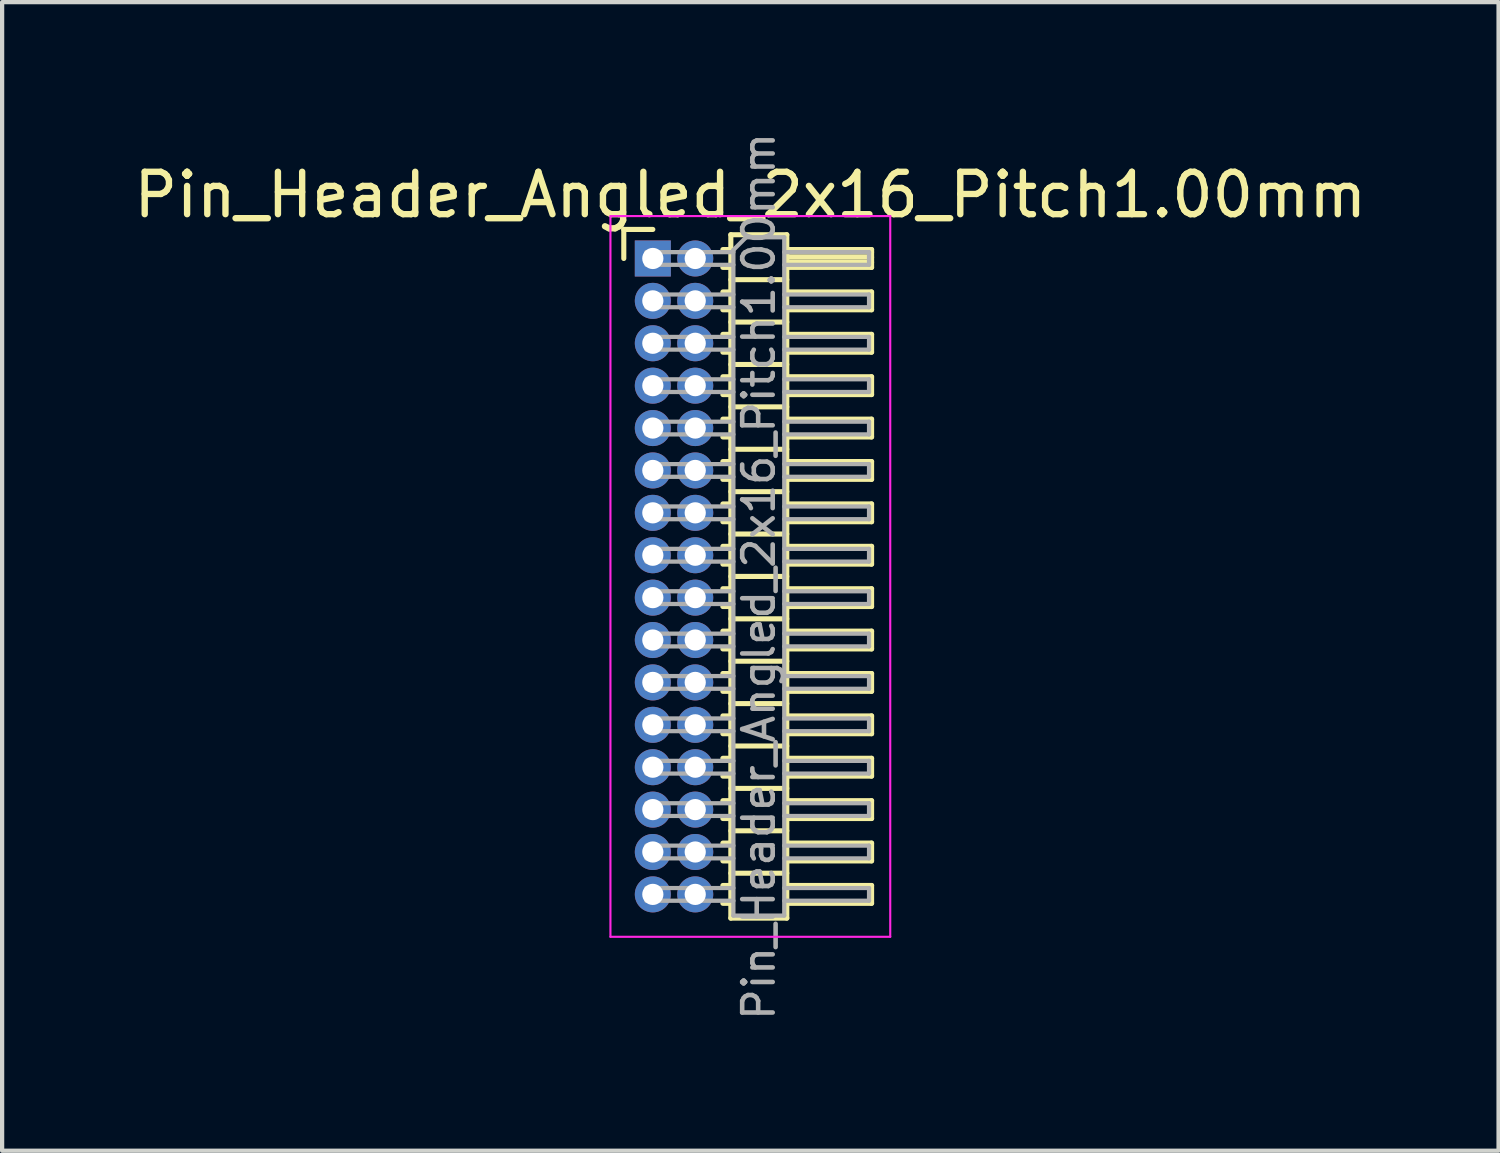
<source format=kicad_pcb>
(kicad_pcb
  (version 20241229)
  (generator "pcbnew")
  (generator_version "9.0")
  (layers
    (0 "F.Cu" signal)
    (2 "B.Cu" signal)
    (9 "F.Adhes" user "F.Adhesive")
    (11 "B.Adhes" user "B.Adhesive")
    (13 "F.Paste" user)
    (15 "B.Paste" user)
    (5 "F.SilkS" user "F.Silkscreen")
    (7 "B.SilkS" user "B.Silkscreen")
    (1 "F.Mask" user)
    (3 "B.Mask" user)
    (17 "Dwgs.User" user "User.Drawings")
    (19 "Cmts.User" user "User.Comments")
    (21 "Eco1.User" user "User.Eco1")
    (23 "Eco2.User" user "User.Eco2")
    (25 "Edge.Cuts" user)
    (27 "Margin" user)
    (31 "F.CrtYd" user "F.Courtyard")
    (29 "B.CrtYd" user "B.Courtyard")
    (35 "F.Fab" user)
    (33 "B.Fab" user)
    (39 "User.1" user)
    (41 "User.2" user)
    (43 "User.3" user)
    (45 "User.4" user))
  (footprint "Pin_Header_Angled_2x16_Pitch1.00mm"
    (layer "F.Cu")
    (at 12.349 3.047)
    (property "Reference" "Pin_Header_Angled_2x16_Pitch1.00mm" (at 2.3 -1.5 0) (layer "F.SilkS") (effects (font (size 1 1) (thickness 0.15))))
    (attr through_hole)
    (fp_line (start -0.685 -0.685) (end 0 -0.685) (stroke (width 0.12) (type solid)) (layer "F.SilkS"))
    (fp_line (start -0.685 0) (end -0.685 -0.685) (stroke (width 0.12) (type solid)) (layer "F.SilkS"))
    (fp_line (start 1.652 -0.21) (end 1.84 -0.21) (stroke (width 0.12) (type solid)) (layer "F.SilkS"))
    (fp_line (start 1.652 0.21) (end 1.84 0.21) (stroke (width 0.12) (type solid)) (layer "F.SilkS"))
    (fp_line (start 1.652 0.79) (end 1.84 0.79) (stroke (width 0.12) (type solid)) (layer "F.SilkS"))
    (fp_line (start 1.652 1.21) (end 1.84 1.21) (stroke (width 0.12) (type solid)) (layer "F.SilkS"))
    (fp_line (start 1.652 1.79) (end 1.84 1.79) (stroke (width 0.12) (type solid)) (layer "F.SilkS"))
    (fp_line (start 1.652 2.21) (end 1.84 2.21) (stroke (width 0.12) (type solid)) (layer "F.SilkS"))
    (fp_line (start 1.652 2.79) (end 1.84 2.79) (stroke (width 0.12) (type solid)) (layer "F.SilkS"))
    (fp_line (start 1.652 3.21) (end 1.84 3.21) (stroke (width 0.12) (type solid)) (layer "F.SilkS"))
    (fp_line (start 1.652 3.79) (end 1.84 3.79) (stroke (width 0.12) (type solid)) (layer "F.SilkS"))
    (fp_line (start 1.652 4.21) (end 1.84 4.21) (stroke (width 0.12) (type solid)) (layer "F.SilkS"))
    (fp_line (start 1.652 4.79) (end 1.84 4.79) (stroke (width 0.12) (type solid)) (layer "F.SilkS"))
    (fp_line (start 1.652 5.21) (end 1.84 5.21) (stroke (width 0.12) (type solid)) (layer "F.SilkS"))
    (fp_line (start 1.652 5.79) (end 1.84 5.79) (stroke (width 0.12) (type solid)) (layer "F.SilkS"))
    (fp_line (start 1.652 6.21) (end 1.84 6.21) (stroke (width 0.12) (type solid)) (layer "F.SilkS"))
    (fp_line (start 1.652 6.79) (end 1.84 6.79) (stroke (width 0.12) (type solid)) (layer "F.SilkS"))
    (fp_line (start 1.652 7.21) (end 1.84 7.21) (stroke (width 0.12) (type solid)) (layer "F.SilkS"))
    (fp_line (start 1.652 7.79) (end 1.84 7.79) (stroke (width 0.12) (type solid)) (layer "F.SilkS"))
    (fp_line (start 1.652 8.21) (end 1.84 8.21) (stroke (width 0.12) (type solid)) (layer "F.SilkS"))
    (fp_line (start 1.652 8.79) (end 1.84 8.79) (stroke (width 0.12) (type solid)) (layer "F.SilkS"))
    (fp_line (start 1.652 9.21) (end 1.84 9.21) (stroke (width 0.12) (type solid)) (layer "F.SilkS"))
    (fp_line (start 1.652 9.79) (end 1.84 9.79) (stroke (width 0.12) (type solid)) (layer "F.SilkS"))
    (fp_line (start 1.652 10.21) (end 1.84 10.21) (stroke (width 0.12) (type solid)) (layer "F.SilkS"))
    (fp_line (start 1.652 10.79) (end 1.84 10.79) (stroke (width 0.12) (type solid)) (layer "F.SilkS"))
    (fp_line (start 1.652 11.21) (end 1.84 11.21) (stroke (width 0.12) (type solid)) (layer "F.SilkS"))
    (fp_line (start 1.652 11.79) (end 1.84 11.79) (stroke (width 0.12) (type solid)) (layer "F.SilkS"))
    (fp_line (start 1.652 12.21) (end 1.84 12.21) (stroke (width 0.12) (type solid)) (layer "F.SilkS"))
    (fp_line (start 1.652 12.79) (end 1.84 12.79) (stroke (width 0.12) (type solid)) (layer "F.SilkS"))
    (fp_line (start 1.652 13.21) (end 1.84 13.21) (stroke (width 0.12) (type solid)) (layer "F.SilkS"))
    (fp_line (start 1.652 13.79) (end 1.84 13.79) (stroke (width 0.12) (type solid)) (layer "F.SilkS"))
    (fp_line (start 1.652 14.21) (end 1.84 14.21) (stroke (width 0.12) (type solid)) (layer "F.SilkS"))
    (fp_line (start 1.652 14.79) (end 1.84 14.79) (stroke (width 0.12) (type solid)) (layer "F.SilkS"))
    (fp_line (start 1.652 15.21) (end 1.84 15.21) (stroke (width 0.12) (type solid)) (layer "F.SilkS"))
    (fp_line (start 1.84 -0.56) (end 1.84 15.56) (stroke (width 0.12) (type solid)) (layer "F.SilkS"))
    (fp_line (start 1.84 0.5) (end 3.16 0.5) (stroke (width 0.12) (type solid)) (layer "F.SilkS"))
    (fp_line (start 1.84 1.5) (end 3.16 1.5) (stroke (width 0.12) (type solid)) (layer "F.SilkS"))
    (fp_line (start 1.84 2.5) (end 3.16 2.5) (stroke (width 0.12) (type solid)) (layer "F.SilkS"))
    (fp_line (start 1.84 3.5) (end 3.16 3.5) (stroke (width 0.12) (type solid)) (layer "F.SilkS"))
    (fp_line (start 1.84 4.5) (end 3.16 4.5) (stroke (width 0.12) (type solid)) (layer "F.SilkS"))
    (fp_line (start 1.84 5.5) (end 3.16 5.5) (stroke (width 0.12) (type solid)) (layer "F.SilkS"))
    (fp_line (start 1.84 6.5) (end 3.16 6.5) (stroke (width 0.12) (type solid)) (layer "F.SilkS"))
    (fp_line (start 1.84 7.5) (end 3.16 7.5) (stroke (width 0.12) (type solid)) (layer "F.SilkS"))
    (fp_line (start 1.84 8.5) (end 3.16 8.5) (stroke (width 0.12) (type solid)) (layer "F.SilkS"))
    (fp_line (start 1.84 9.5) (end 3.16 9.5) (stroke (width 0.12) (type solid)) (layer "F.SilkS"))
    (fp_line (start 1.84 10.5) (end 3.16 10.5) (stroke (width 0.12) (type solid)) (layer "F.SilkS"))
    (fp_line (start 1.84 11.5) (end 3.16 11.5) (stroke (width 0.12) (type solid)) (layer "F.SilkS"))
    (fp_line (start 1.84 12.5) (end 3.16 12.5) (stroke (width 0.12) (type solid)) (layer "F.SilkS"))
    (fp_line (start 1.84 13.5) (end 3.16 13.5) (stroke (width 0.12) (type solid)) (layer "F.SilkS"))
    (fp_line (start 1.84 14.5) (end 3.16 14.5) (stroke (width 0.12) (type solid)) (layer "F.SilkS"))
    (fp_line (start 1.84 15.56) (end 3.16 15.56) (stroke (width 0.12) (type solid)) (layer "F.SilkS"))
    (fp_line (start 3.16 -0.56) (end 1.84 -0.56) (stroke (width 0.12) (type solid)) (layer "F.SilkS"))
    (fp_line (start 3.16 -0.21) (end 5.16 -0.21) (stroke (width 0.12) (type solid)) (layer "F.SilkS"))
    (fp_line (start 3.16 -0.15) (end 5.16 -0.15) (stroke (width 0.12) (type solid)) (layer "F.SilkS"))
    (fp_line (start 3.16 -0.03) (end 5.16 -0.03) (stroke (width 0.12) (type solid)) (layer "F.SilkS"))
    (fp_line (start 3.16 0.09) (end 5.16 0.09) (stroke (width 0.12) (type solid)) (layer "F.SilkS"))
    (fp_line (start 3.16 0.79) (end 5.16 0.79) (stroke (width 0.12) (type solid)) (layer "F.SilkS"))
    (fp_line (start 3.16 1.79) (end 5.16 1.79) (stroke (width 0.12) (type solid)) (layer "F.SilkS"))
    (fp_line (start 3.16 2.79) (end 5.16 2.79) (stroke (width 0.12) (type solid)) (layer "F.SilkS"))
    (fp_line (start 3.16 3.79) (end 5.16 3.79) (stroke (width 0.12) (type solid)) (layer "F.SilkS"))
    (fp_line (start 3.16 4.79) (end 5.16 4.79) (stroke (width 0.12) (type solid)) (layer "F.SilkS"))
    (fp_line (start 3.16 5.79) (end 5.16 5.79) (stroke (width 0.12) (type solid)) (layer "F.SilkS"))
    (fp_line (start 3.16 6.79) (end 5.16 6.79) (stroke (width 0.12) (type solid)) (layer "F.SilkS"))
    (fp_line (start 3.16 7.79) (end 5.16 7.79) (stroke (width 0.12) (type solid)) (layer "F.SilkS"))
    (fp_line (start 3.16 8.79) (end 5.16 8.79) (stroke (width 0.12) (type solid)) (layer "F.SilkS"))
    (fp_line (start 3.16 9.79) (end 5.16 9.79) (stroke (width 0.12) (type solid)) (layer "F.SilkS"))
    (fp_line (start 3.16 10.79) (end 5.16 10.79) (stroke (width 0.12) (type solid)) (layer "F.SilkS"))
    (fp_line (start 3.16 11.79) (end 5.16 11.79) (stroke (width 0.12) (type solid)) (layer "F.SilkS"))
    (fp_line (start 3.16 12.79) (end 5.16 12.79) (stroke (width 0.12) (type solid)) (layer "F.SilkS"))
    (fp_line (start 3.16 13.79) (end 5.16 13.79) (stroke (width 0.12) (type solid)) (layer "F.SilkS"))
    (fp_line (start 3.16 14.79) (end 5.16 14.79) (stroke (width 0.12) (type solid)) (layer "F.SilkS"))
    (fp_line (start 3.16 15.56) (end 3.16 -0.56) (stroke (width 0.12) (type solid)) (layer "F.SilkS"))
    (fp_line (start 5.16 -0.21) (end 5.16 0.21) (stroke (width 0.12) (type solid)) (layer "F.SilkS"))
    (fp_line (start 5.16 0.21) (end 3.16 0.21) (stroke (width 0.12) (type solid)) (layer "F.SilkS"))
    (fp_line (start 5.16 0.79) (end 5.16 1.21) (stroke (width 0.12) (type solid)) (layer "F.SilkS"))
    (fp_line (start 5.16 1.21) (end 3.16 1.21) (stroke (width 0.12) (type solid)) (layer "F.SilkS"))
    (fp_line (start 5.16 1.79) (end 5.16 2.21) (stroke (width 0.12) (type solid)) (layer "F.SilkS"))
    (fp_line (start 5.16 2.21) (end 3.16 2.21) (stroke (width 0.12) (type solid)) (layer "F.SilkS"))
    (fp_line (start 5.16 2.79) (end 5.16 3.21) (stroke (width 0.12) (type solid)) (layer "F.SilkS"))
    (fp_line (start 5.16 3.21) (end 3.16 3.21) (stroke (width 0.12) (type solid)) (layer "F.SilkS"))
    (fp_line (start 5.16 3.79) (end 5.16 4.21) (stroke (width 0.12) (type solid)) (layer "F.SilkS"))
    (fp_line (start 5.16 4.21) (end 3.16 4.21) (stroke (width 0.12) (type solid)) (layer "F.SilkS"))
    (fp_line (start 5.16 4.79) (end 5.16 5.21) (stroke (width 0.12) (type solid)) (layer "F.SilkS"))
    (fp_line (start 5.16 5.21) (end 3.16 5.21) (stroke (width 0.12) (type solid)) (layer "F.SilkS"))
    (fp_line (start 5.16 5.79) (end 5.16 6.21) (stroke (width 0.12) (type solid)) (layer "F.SilkS"))
    (fp_line (start 5.16 6.21) (end 3.16 6.21) (stroke (width 0.12) (type solid)) (layer "F.SilkS"))
    (fp_line (start 5.16 6.79) (end 5.16 7.21) (stroke (width 0.12) (type solid)) (layer "F.SilkS"))
    (fp_line (start 5.16 7.21) (end 3.16 7.21) (stroke (width 0.12) (type solid)) (layer "F.SilkS"))
    (fp_line (start 5.16 7.79) (end 5.16 8.21) (stroke (width 0.12) (type solid)) (layer "F.SilkS"))
    (fp_line (start 5.16 8.21) (end 3.16 8.21) (stroke (width 0.12) (type solid)) (layer "F.SilkS"))
    (fp_line (start 5.16 8.79) (end 5.16 9.21) (stroke (width 0.12) (type solid)) (layer "F.SilkS"))
    (fp_line (start 5.16 9.21) (end 3.16 9.21) (stroke (width 0.12) (type solid)) (layer "F.SilkS"))
    (fp_line (start 5.16 9.79) (end 5.16 10.21) (stroke (width 0.12) (type solid)) (layer "F.SilkS"))
    (fp_line (start 5.16 10.21) (end 3.16 10.21) (stroke (width 0.12) (type solid)) (layer "F.SilkS"))
    (fp_line (start 5.16 10.79) (end 5.16 11.21) (stroke (width 0.12) (type solid)) (layer "F.SilkS"))
    (fp_line (start 5.16 11.21) (end 3.16 11.21) (stroke (width 0.12) (type solid)) (layer "F.SilkS"))
    (fp_line (start 5.16 11.79) (end 5.16 12.21) (stroke (width 0.12) (type solid)) (layer "F.SilkS"))
    (fp_line (start 5.16 12.21) (end 3.16 12.21) (stroke (width 0.12) (type solid)) (layer "F.SilkS"))
    (fp_line (start 5.16 12.79) (end 5.16 13.21) (stroke (width 0.12) (type solid)) (layer "F.SilkS"))
    (fp_line (start 5.16 13.21) (end 3.16 13.21) (stroke (width 0.12) (type solid)) (layer "F.SilkS"))
    (fp_line (start 5.16 13.79) (end 5.16 14.21) (stroke (width 0.12) (type solid)) (layer "F.SilkS"))
    (fp_line (start 5.16 14.21) (end 3.16 14.21) (stroke (width 0.12) (type solid)) (layer "F.SilkS"))
    (fp_line (start 5.16 14.79) (end 5.16 15.21) (stroke (width 0.12) (type solid)) (layer "F.SilkS"))
    (fp_line (start 5.16 15.21) (end 3.16 15.21) (stroke (width 0.12) (type solid)) (layer "F.SilkS"))
    (fp_line (start -1 -1) (end -1 16) (stroke (width 0.05) (type solid)) (layer "F.CrtYd"))
    (fp_line (start -1 16) (end 5.6 16) (stroke (width 0.05) (type solid)) (layer "F.CrtYd"))
    (fp_line (start 5.6 -1) (end -1 -1) (stroke (width 0.05) (type solid)) (layer "F.CrtYd"))
    (fp_line (start 5.6 16) (end 5.6 -1) (stroke (width 0.05) (type solid)) (layer "F.CrtYd"))
    (fp_line (start -0.15 -0.15) (end -0.15 0.15) (stroke (width 0.1) (type solid)) (layer "F.Fab"))
    (fp_line (start -0.15 -0.15) (end 1.9 -0.15) (stroke (width 0.1) (type solid)) (layer "F.Fab"))
    (fp_line (start -0.15 0.15) (end 1.9 0.15) (stroke (width 0.1) (type solid)) (layer "F.Fab"))
    (fp_line (start -0.15 0.85) (end -0.15 1.15) (stroke (width 0.1) (type solid)) (layer "F.Fab"))
    (fp_line (start -0.15 0.85) (end 1.9 0.85) (stroke (width 0.1) (type solid)) (layer "F.Fab"))
    (fp_line (start -0.15 1.15) (end 1.9 1.15) (stroke (width 0.1) (type solid)) (layer "F.Fab"))
    (fp_line (start -0.15 1.85) (end -0.15 2.15) (stroke (width 0.1) (type solid)) (layer "F.Fab"))
    (fp_line (start -0.15 1.85) (end 1.9 1.85) (stroke (width 0.1) (type solid)) (layer "F.Fab"))
    (fp_line (start -0.15 2.15) (end 1.9 2.15) (stroke (width 0.1) (type solid)) (layer "F.Fab"))
    (fp_line (start -0.15 2.85) (end -0.15 3.15) (stroke (width 0.1) (type solid)) (layer "F.Fab"))
    (fp_line (start -0.15 2.85) (end 1.9 2.85) (stroke (width 0.1) (type solid)) (layer "F.Fab"))
    (fp_line (start -0.15 3.15) (end 1.9 3.15) (stroke (width 0.1) (type solid)) (layer "F.Fab"))
    (fp_line (start -0.15 3.85) (end -0.15 4.15) (stroke (width 0.1) (type solid)) (layer "F.Fab"))
    (fp_line (start -0.15 3.85) (end 1.9 3.85) (stroke (width 0.1) (type solid)) (layer "F.Fab"))
    (fp_line (start -0.15 4.15) (end 1.9 4.15) (stroke (width 0.1) (type solid)) (layer "F.Fab"))
    (fp_line (start -0.15 4.85) (end -0.15 5.15) (stroke (width 0.1) (type solid)) (layer "F.Fab"))
    (fp_line (start -0.15 4.85) (end 1.9 4.85) (stroke (width 0.1) (type solid)) (layer "F.Fab"))
    (fp_line (start -0.15 5.15) (end 1.9 5.15) (stroke (width 0.1) (type solid)) (layer "F.Fab"))
    (fp_line (start -0.15 5.85) (end -0.15 6.15) (stroke (width 0.1) (type solid)) (layer "F.Fab"))
    (fp_line (start -0.15 5.85) (end 1.9 5.85) (stroke (width 0.1) (type solid)) (layer "F.Fab"))
    (fp_line (start -0.15 6.15) (end 1.9 6.15) (stroke (width 0.1) (type solid)) (layer "F.Fab"))
    (fp_line (start -0.15 6.85) (end -0.15 7.15) (stroke (width 0.1) (type solid)) (layer "F.Fab"))
    (fp_line (start -0.15 6.85) (end 1.9 6.85) (stroke (width 0.1) (type solid)) (layer "F.Fab"))
    (fp_line (start -0.15 7.15) (end 1.9 7.15) (stroke (width 0.1) (type solid)) (layer "F.Fab"))
    (fp_line (start -0.15 7.85) (end -0.15 8.15) (stroke (width 0.1) (type solid)) (layer "F.Fab"))
    (fp_line (start -0.15 7.85) (end 1.9 7.85) (stroke (width 0.1) (type solid)) (layer "F.Fab"))
    (fp_line (start -0.15 8.15) (end 1.9 8.15) (stroke (width 0.1) (type solid)) (layer "F.Fab"))
    (fp_line (start -0.15 8.85) (end -0.15 9.15) (stroke (width 0.1) (type solid)) (layer "F.Fab"))
    (fp_line (start -0.15 8.85) (end 1.9 8.85) (stroke (width 0.1) (type solid)) (layer "F.Fab"))
    (fp_line (start -0.15 9.15) (end 1.9 9.15) (stroke (width 0.1) (type solid)) (layer "F.Fab"))
    (fp_line (start -0.15 9.85) (end -0.15 10.15) (stroke (width 0.1) (type solid)) (layer "F.Fab"))
    (fp_line (start -0.15 9.85) (end 1.9 9.85) (stroke (width 0.1) (type solid)) (layer "F.Fab"))
    (fp_line (start -0.15 10.15) (end 1.9 10.15) (stroke (width 0.1) (type solid)) (layer "F.Fab"))
    (fp_line (start -0.15 10.85) (end -0.15 11.15) (stroke (width 0.1) (type solid)) (layer "F.Fab"))
    (fp_line (start -0.15 10.85) (end 1.9 10.85) (stroke (width 0.1) (type solid)) (layer "F.Fab"))
    (fp_line (start -0.15 11.15) (end 1.9 11.15) (stroke (width 0.1) (type solid)) (layer "F.Fab"))
    (fp_line (start -0.15 11.85) (end -0.15 12.15) (stroke (width 0.1) (type solid)) (layer "F.Fab"))
    (fp_line (start -0.15 11.85) (end 1.9 11.85) (stroke (width 0.1) (type solid)) (layer "F.Fab"))
    (fp_line (start -0.15 12.15) (end 1.9 12.15) (stroke (width 0.1) (type solid)) (layer "F.Fab"))
    (fp_line (start -0.15 12.85) (end -0.15 13.15) (stroke (width 0.1) (type solid)) (layer "F.Fab"))
    (fp_line (start -0.15 12.85) (end 1.9 12.85) (stroke (width 0.1) (type solid)) (layer "F.Fab"))
    (fp_line (start -0.15 13.15) (end 1.9 13.15) (stroke (width 0.1) (type solid)) (layer "F.Fab"))
    (fp_line (start -0.15 13.85) (end -0.15 14.15) (stroke (width 0.1) (type solid)) (layer "F.Fab"))
    (fp_line (start -0.15 13.85) (end 1.9 13.85) (stroke (width 0.1) (type solid)) (layer "F.Fab"))
    (fp_line (start -0.15 14.15) (end 1.9 14.15) (stroke (width 0.1) (type solid)) (layer "F.Fab"))
    (fp_line (start -0.15 14.85) (end -0.15 15.15) (stroke (width 0.1) (type solid)) (layer "F.Fab"))
    (fp_line (start -0.15 14.85) (end 1.9 14.85) (stroke (width 0.1) (type solid)) (layer "F.Fab"))
    (fp_line (start -0.15 15.15) (end 1.9 15.15) (stroke (width 0.1) (type solid)) (layer "F.Fab"))
    (fp_line (start 1.9 -0.2) (end 2.2 -0.5) (stroke (width 0.1) (type solid)) (layer "F.Fab"))
    (fp_line (start 1.9 15.5) (end 1.9 -0.2) (stroke (width 0.1) (type solid)) (layer "F.Fab"))
    (fp_line (start 2.2 -0.5) (end 3.1 -0.5) (stroke (width 0.1) (type solid)) (layer "F.Fab"))
    (fp_line (start 3.1 -0.5) (end 3.1 15.5) (stroke (width 0.1) (type solid)) (layer "F.Fab"))
    (fp_line (start 3.1 -0.15) (end 5.1 -0.15) (stroke (width 0.1) (type solid)) (layer "F.Fab"))
    (fp_line (start 3.1 0.15) (end 5.1 0.15) (stroke (width 0.1) (type solid)) (layer "F.Fab"))
    (fp_line (start 3.1 0.85) (end 5.1 0.85) (stroke (width 0.1) (type solid)) (layer "F.Fab"))
    (fp_line (start 3.1 1.15) (end 5.1 1.15) (stroke (width 0.1) (type solid)) (layer "F.Fab"))
    (fp_line (start 3.1 1.85) (end 5.1 1.85) (stroke (width 0.1) (type solid)) (layer "F.Fab"))
    (fp_line (start 3.1 2.15) (end 5.1 2.15) (stroke (width 0.1) (type solid)) (layer "F.Fab"))
    (fp_line (start 3.1 2.85) (end 5.1 2.85) (stroke (width 0.1) (type solid)) (layer "F.Fab"))
    (fp_line (start 3.1 3.15) (end 5.1 3.15) (stroke (width 0.1) (type solid)) (layer "F.Fab"))
    (fp_line (start 3.1 3.85) (end 5.1 3.85) (stroke (width 0.1) (type solid)) (layer "F.Fab"))
    (fp_line (start 3.1 4.15) (end 5.1 4.15) (stroke (width 0.1) (type solid)) (layer "F.Fab"))
    (fp_line (start 3.1 4.85) (end 5.1 4.85) (stroke (width 0.1) (type solid)) (layer "F.Fab"))
    (fp_line (start 3.1 5.15) (end 5.1 5.15) (stroke (width 0.1) (type solid)) (layer "F.Fab"))
    (fp_line (start 3.1 5.85) (end 5.1 5.85) (stroke (width 0.1) (type solid)) (layer "F.Fab"))
    (fp_line (start 3.1 6.15) (end 5.1 6.15) (stroke (width 0.1) (type solid)) (layer "F.Fab"))
    (fp_line (start 3.1 6.85) (end 5.1 6.85) (stroke (width 0.1) (type solid)) (layer "F.Fab"))
    (fp_line (start 3.1 7.15) (end 5.1 7.15) (stroke (width 0.1) (type solid)) (layer "F.Fab"))
    (fp_line (start 3.1 7.85) (end 5.1 7.85) (stroke (width 0.1) (type solid)) (layer "F.Fab"))
    (fp_line (start 3.1 8.15) (end 5.1 8.15) (stroke (width 0.1) (type solid)) (layer "F.Fab"))
    (fp_line (start 3.1 8.85) (end 5.1 8.85) (stroke (width 0.1) (type solid)) (layer "F.Fab"))
    (fp_line (start 3.1 9.15) (end 5.1 9.15) (stroke (width 0.1) (type solid)) (layer "F.Fab"))
    (fp_line (start 3.1 9.85) (end 5.1 9.85) (stroke (width 0.1) (type solid)) (layer "F.Fab"))
    (fp_line (start 3.1 10.15) (end 5.1 10.15) (stroke (width 0.1) (type solid)) (layer "F.Fab"))
    (fp_line (start 3.1 10.85) (end 5.1 10.85) (stroke (width 0.1) (type solid)) (layer "F.Fab"))
    (fp_line (start 3.1 11.15) (end 5.1 11.15) (stroke (width 0.1) (type solid)) (layer "F.Fab"))
    (fp_line (start 3.1 11.85) (end 5.1 11.85) (stroke (width 0.1) (type solid)) (layer "F.Fab"))
    (fp_line (start 3.1 12.15) (end 5.1 12.15) (stroke (width 0.1) (type solid)) (layer "F.Fab"))
    (fp_line (start 3.1 12.85) (end 5.1 12.85) (stroke (width 0.1) (type solid)) (layer "F.Fab"))
    (fp_line (start 3.1 13.15) (end 5.1 13.15) (stroke (width 0.1) (type solid)) (layer "F.Fab"))
    (fp_line (start 3.1 13.85) (end 5.1 13.85) (stroke (width 0.1) (type solid)) (layer "F.Fab"))
    (fp_line (start 3.1 14.15) (end 5.1 14.15) (stroke (width 0.1) (type solid)) (layer "F.Fab"))
    (fp_line (start 3.1 14.85) (end 5.1 14.85) (stroke (width 0.1) (type solid)) (layer "F.Fab"))
    (fp_line (start 3.1 15.15) (end 5.1 15.15) (stroke (width 0.1) (type solid)) (layer "F.Fab"))
    (fp_line (start 3.1 15.5) (end 1.9 15.5) (stroke (width 0.1) (type solid)) (layer "F.Fab"))
    (fp_line (start 5.1 -0.15) (end 5.1 0.15) (stroke (width 0.1) (type solid)) (layer "F.Fab"))
    (fp_line (start 5.1 0.85) (end 5.1 1.15) (stroke (width 0.1) (type solid)) (layer "F.Fab"))
    (fp_line (start 5.1 1.85) (end 5.1 2.15) (stroke (width 0.1) (type solid)) (layer "F.Fab"))
    (fp_line (start 5.1 2.85) (end 5.1 3.15) (stroke (width 0.1) (type solid)) (layer "F.Fab"))
    (fp_line (start 5.1 3.85) (end 5.1 4.15) (stroke (width 0.1) (type solid)) (layer "F.Fab"))
    (fp_line (start 5.1 4.85) (end 5.1 5.15) (stroke (width 0.1) (type solid)) (layer "F.Fab"))
    (fp_line (start 5.1 5.85) (end 5.1 6.15) (stroke (width 0.1) (type solid)) (layer "F.Fab"))
    (fp_line (start 5.1 6.85) (end 5.1 7.15) (stroke (width 0.1) (type solid)) (layer "F.Fab"))
    (fp_line (start 5.1 7.85) (end 5.1 8.15) (stroke (width 0.1) (type solid)) (layer "F.Fab"))
    (fp_line (start 5.1 8.85) (end 5.1 9.15) (stroke (width 0.1) (type solid)) (layer "F.Fab"))
    (fp_line (start 5.1 9.85) (end 5.1 10.15) (stroke (width 0.1) (type solid)) (layer "F.Fab"))
    (fp_line (start 5.1 10.85) (end 5.1 11.15) (stroke (width 0.1) (type solid)) (layer "F.Fab"))
    (fp_line (start 5.1 11.85) (end 5.1 12.15) (stroke (width 0.1) (type solid)) (layer "F.Fab"))
    (fp_line (start 5.1 12.85) (end 5.1 13.15) (stroke (width 0.1) (type solid)) (layer "F.Fab"))
    (fp_line (start 5.1 13.85) (end 5.1 14.15) (stroke (width 0.1) (type solid)) (layer "F.Fab"))
    (fp_line (start 5.1 14.85) (end 5.1 15.15) (stroke (width 0.1) (type solid)) (layer "F.Fab"))
    (fp_text user "${REFERENCE}" (at 2.5 7.5 90) (layer "F.Fab") (effects (font (size 0.72 0.72) (thickness 0.108))))
    (pad "1" thru_hole rect (at 0 0) (size 0.85 0.85) (drill 0.5) (layers "*.Cu" "*.Mask"))
    (pad "2" thru_hole oval (at 1 0) (size 0.85 0.85) (drill 0.5) (layers "*.Cu" "*.Mask"))
    (pad "3" thru_hole oval (at 0 1) (size 0.85 0.85) (drill 0.5) (layers "*.Cu" "*.Mask"))
    (pad "4" thru_hole oval (at 1 1) (size 0.85 0.85) (drill 0.5) (layers "*.Cu" "*.Mask"))
    (pad "5" thru_hole oval (at 0 2) (size 0.85 0.85) (drill 0.5) (layers "*.Cu" "*.Mask"))
    (pad "6" thru_hole oval (at 1 2) (size 0.85 0.85) (drill 0.5) (layers "*.Cu" "*.Mask"))
    (pad "7" thru_hole oval (at 0 3) (size 0.85 0.85) (drill 0.5) (layers "*.Cu" "*.Mask"))
    (pad "8" thru_hole oval (at 1 3) (size 0.85 0.85) (drill 0.5) (layers "*.Cu" "*.Mask"))
    (pad "9" thru_hole oval (at 0 4) (size 0.85 0.85) (drill 0.5) (layers "*.Cu" "*.Mask"))
    (pad "10" thru_hole oval (at 1 4) (size 0.85 0.85) (drill 0.5) (layers "*.Cu" "*.Mask"))
    (pad "11" thru_hole oval (at 0 5) (size 0.85 0.85) (drill 0.5) (layers "*.Cu" "*.Mask"))
    (pad "12" thru_hole oval (at 1 5) (size 0.85 0.85) (drill 0.5) (layers "*.Cu" "*.Mask"))
    (pad "13" thru_hole oval (at 0 6) (size 0.85 0.85) (drill 0.5) (layers "*.Cu" "*.Mask"))
    (pad "14" thru_hole oval (at 1 6) (size 0.85 0.85) (drill 0.5) (layers "*.Cu" "*.Mask"))
    (pad "15" thru_hole oval (at 0 7) (size 0.85 0.85) (drill 0.5) (layers "*.Cu" "*.Mask"))
    (pad "16" thru_hole oval (at 1 7) (size 0.85 0.85) (drill 0.5) (layers "*.Cu" "*.Mask"))
    (pad "17" thru_hole oval (at 0 8) (size 0.85 0.85) (drill 0.5) (layers "*.Cu" "*.Mask"))
    (pad "18" thru_hole oval (at 1 8) (size 0.85 0.85) (drill 0.5) (layers "*.Cu" "*.Mask"))
    (pad "19" thru_hole oval (at 0 9) (size 0.85 0.85) (drill 0.5) (layers "*.Cu" "*.Mask"))
    (pad "20" thru_hole oval (at 1 9) (size 0.85 0.85) (drill 0.5) (layers "*.Cu" "*.Mask"))
    (pad "21" thru_hole oval (at 0 10) (size 0.85 0.85) (drill 0.5) (layers "*.Cu" "*.Mask"))
    (pad "22" thru_hole oval (at 1 10) (size 0.85 0.85) (drill 0.5) (layers "*.Cu" "*.Mask"))
    (pad "23" thru_hole oval (at 0 11) (size 0.85 0.85) (drill 0.5) (layers "*.Cu" "*.Mask"))
    (pad "24" thru_hole oval (at 1 11) (size 0.85 0.85) (drill 0.5) (layers "*.Cu" "*.Mask"))
    (pad "25" thru_hole oval (at 0 12) (size 0.85 0.85) (drill 0.5) (layers "*.Cu" "*.Mask"))
    (pad "26" thru_hole oval (at 1 12) (size 0.85 0.85) (drill 0.5) (layers "*.Cu" "*.Mask"))
    (pad "27" thru_hole oval (at 0 13) (size 0.85 0.85) (drill 0.5) (layers "*.Cu" "*.Mask"))
    (pad "28" thru_hole oval (at 1 13) (size 0.85 0.85) (drill 0.5) (layers "*.Cu" "*.Mask"))
    (pad "29" thru_hole oval (at 0 14) (size 0.85 0.85) (drill 0.5) (layers "*.Cu" "*.Mask"))
    (pad "30" thru_hole oval (at 1 14) (size 0.85 0.85) (drill 0.5) (layers "*.Cu" "*.Mask"))
    (pad "31" thru_hole oval (at 0 15) (size 0.85 0.85) (drill 0.5) (layers "*.Cu" "*.Mask"))
    (pad "32" thru_hole oval (at 1 15) (size 0.85 0.85) (drill 0.5) (layers "*.Cu" "*.Mask")))
  (gr_rect
    (start -3 -3)
    (end 32.298 24.094)
    (stroke (width 0.1) (type default))
    (fill no)
    (layer "Edge.Cuts")))
</source>
